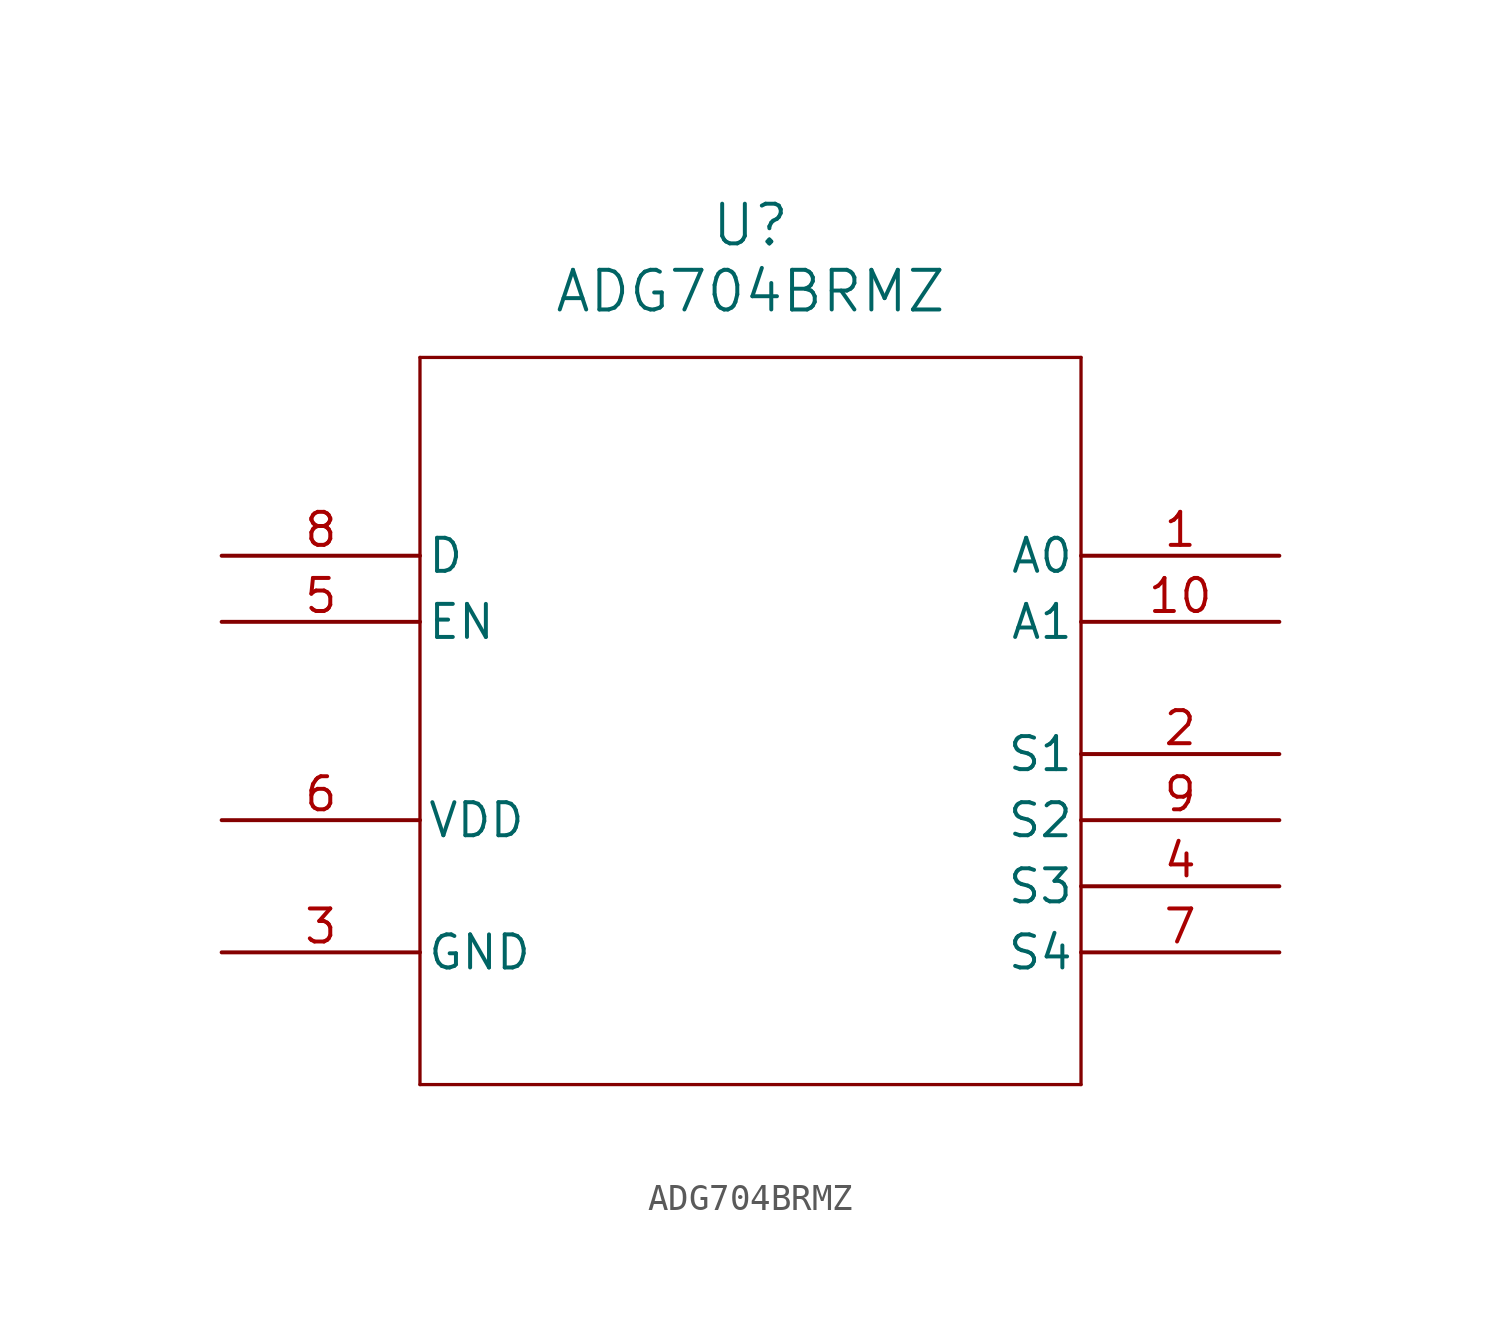
<source format=kicad_sym>
(kicad_symbol_lib
  (version 20211014)
  (generator kicad_symbol_editor)
  (symbol "ADG704BRMZ"
    (pin_names
      (offset 0.254))
    (property "Reference" "U"
      (at 20.32 12.7 0)
      (effects (font (size 1.524 1.524))))
    (property "Value" "ADG704BRMZ"
      (at 20.32 10.16 0)
      (effects (font (size 1.524 1.524))))
    (symbol "ADG704BRMZ_0_1"
      (polyline (pts (xy 7.62 7.62) (xy 7.62 -20.32)) (stroke (width 0.127) (type default) (color 0 0 0 0)) (fill (type none)))
      (polyline (pts (xy 7.62 -20.32) (xy 33.02 -20.32)) (stroke (width 0.127) (type default) (color 0 0 0 0)) (fill (type none)))
      (polyline (pts (xy 33.02 -20.32) (xy 33.02 7.62)) (stroke (width 0.127) (type default) (color 0 0 0 0)) (fill (type none)))
      (polyline (pts (xy 33.02 7.62) (xy 7.62 7.62)) (stroke (width 0.127) (type default) (color 0 0 0 0)) (fill (type none)))
      (pin unspecified line (at 0 0 0) (length 7.62) (name "D" (effects (font (size 1.27 1.27)))) (number "8" (effects (font (size 1.27 1.27)))))
      (pin power_in line (at 0 -10.16 0) (length 7.62) (name "VDD" (effects (font (size 1.27 1.27)))) (number "6" (effects (font (size 1.27 1.27)))))
      (pin unspecified line (at 40.64 -2.54 180) (length 7.62) (name "A1" (effects (font (size 1.27 1.27)))) (number "10" (effects (font (size 1.27 1.27)))))
      (pin unspecified line (at 40.64 0 180) (length 7.62) (name "A0" (effects (font (size 1.27 1.27)))) (number "1" (effects (font (size 1.27 1.27)))))
      (pin unspecified line (at 0 -15.24 0) (length 7.62) (name "GND" (effects (font (size 1.27 1.27)))) (number "3" (effects (font (size 1.27 1.27)))))
      (pin unspecified line (at 0 -2.54 0) (length 7.62) (name "EN" (effects (font (size 1.27 1.27)))) (number "5" (effects (font (size 1.27 1.27)))))
      (pin unspecified line (at 40.64 -15.24 180) (length 7.62) (name "S4" (effects (font (size 1.27 1.27)))) (number "7" (effects (font (size 1.27 1.27)))))
      (pin unspecified line (at 40.64 -12.7 180) (length 7.62) (name "S3" (effects (font (size 1.27 1.27)))) (number "4" (effects (font (size 1.27 1.27)))))
      (pin unspecified line (at 40.64 -10.16 180) (length 7.62) (name "S2" (effects (font (size 1.27 1.27)))) (number "9" (effects (font (size 1.27 1.27)))))
      (pin unspecified line (at 40.64 -7.62 180) (length 7.62) (name "S1" (effects (font (size 1.27 1.27)))) (number "2" (effects (font (size 1.27 1.27))))))))
</source>
